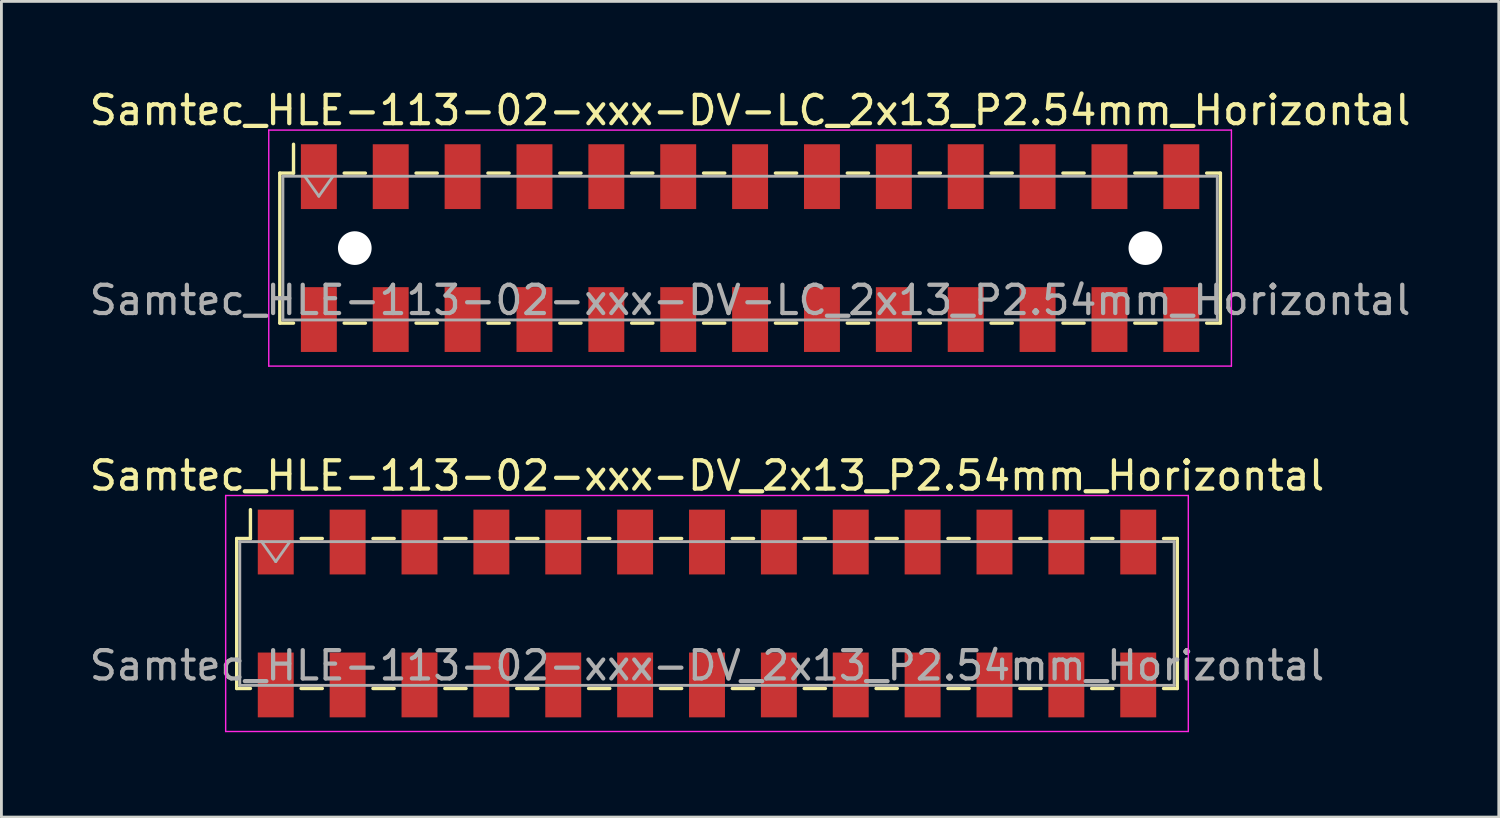
<source format=kicad_pcb>
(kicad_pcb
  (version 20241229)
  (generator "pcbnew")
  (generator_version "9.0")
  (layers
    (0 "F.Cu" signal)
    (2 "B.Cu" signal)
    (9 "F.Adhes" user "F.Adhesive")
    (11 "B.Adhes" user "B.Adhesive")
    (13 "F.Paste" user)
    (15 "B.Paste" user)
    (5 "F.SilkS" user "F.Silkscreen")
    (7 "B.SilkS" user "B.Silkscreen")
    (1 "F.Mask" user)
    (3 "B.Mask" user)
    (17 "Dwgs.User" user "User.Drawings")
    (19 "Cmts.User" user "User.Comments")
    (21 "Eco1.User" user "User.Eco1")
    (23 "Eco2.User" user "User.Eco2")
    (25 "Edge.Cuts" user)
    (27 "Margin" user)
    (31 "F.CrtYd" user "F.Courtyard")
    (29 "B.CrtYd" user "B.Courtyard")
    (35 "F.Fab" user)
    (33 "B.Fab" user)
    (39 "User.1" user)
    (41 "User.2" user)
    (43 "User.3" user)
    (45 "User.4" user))
  (footprint "Samtec_HLE-113-02-xxx-DV-LC_2x13_P2.54mm_Horizontal"
    (layer "F.Cu")
    (at 23.458 5.718)
    (property "Reference" "Samtec_HLE-113-02-xxx-DV-LC_2x13_P2.54mm_Horizontal" (at 0 -4.87 0) (layer "F.SilkS") (effects (font (size 1 1) (thickness 0.15))))
    (attr smd)
    (fp_line (start -16.62 -2.65) (end -16.62 2.65) (stroke (width 0.12) (type solid)) (layer "F.SilkS"))
    (fp_line (start -16.62 2.65) (end -16.135 2.65) (stroke (width 0.12) (type solid)) (layer "F.SilkS"))
    (fp_line (start -16.135 -3.67) (end -16.135 -2.65) (stroke (width 0.12) (type solid)) (layer "F.SilkS"))
    (fp_line (start -16.135 -2.65) (end -16.62 -2.65) (stroke (width 0.12) (type solid)) (layer "F.SilkS"))
    (fp_line (start -14.345 -2.65) (end -13.595 -2.65) (stroke (width 0.12) (type solid)) (layer "F.SilkS"))
    (fp_line (start -14.345 2.65) (end -13.595 2.65) (stroke (width 0.12) (type solid)) (layer "F.SilkS"))
    (fp_line (start -11.805 -2.65) (end -11.055 -2.65) (stroke (width 0.12) (type solid)) (layer "F.SilkS"))
    (fp_line (start -11.805 2.65) (end -11.055 2.65) (stroke (width 0.12) (type solid)) (layer "F.SilkS"))
    (fp_line (start -9.265 -2.65) (end -8.515 -2.65) (stroke (width 0.12) (type solid)) (layer "F.SilkS"))
    (fp_line (start -9.265 2.65) (end -8.515 2.65) (stroke (width 0.12) (type solid)) (layer "F.SilkS"))
    (fp_line (start -6.725 -2.65) (end -5.975 -2.65) (stroke (width 0.12) (type solid)) (layer "F.SilkS"))
    (fp_line (start -6.725 2.65) (end -5.975 2.65) (stroke (width 0.12) (type solid)) (layer "F.SilkS"))
    (fp_line (start -4.185 -2.65) (end -3.435 -2.65) (stroke (width 0.12) (type solid)) (layer "F.SilkS"))
    (fp_line (start -4.185 2.65) (end -3.435 2.65) (stroke (width 0.12) (type solid)) (layer "F.SilkS"))
    (fp_line (start -1.645 -2.65) (end -0.895 -2.65) (stroke (width 0.12) (type solid)) (layer "F.SilkS"))
    (fp_line (start -1.645 2.65) (end -0.895 2.65) (stroke (width 0.12) (type solid)) (layer "F.SilkS"))
    (fp_line (start 0.895 -2.65) (end 1.645 -2.65) (stroke (width 0.12) (type solid)) (layer "F.SilkS"))
    (fp_line (start 0.895 2.65) (end 1.645 2.65) (stroke (width 0.12) (type solid)) (layer "F.SilkS"))
    (fp_line (start 3.435 -2.65) (end 4.185 -2.65) (stroke (width 0.12) (type solid)) (layer "F.SilkS"))
    (fp_line (start 3.435 2.65) (end 4.185 2.65) (stroke (width 0.12) (type solid)) (layer "F.SilkS"))
    (fp_line (start 5.975 -2.65) (end 6.725 -2.65) (stroke (width 0.12) (type solid)) (layer "F.SilkS"))
    (fp_line (start 5.975 2.65) (end 6.725 2.65) (stroke (width 0.12) (type solid)) (layer "F.SilkS"))
    (fp_line (start 8.515 -2.65) (end 9.265 -2.65) (stroke (width 0.12) (type solid)) (layer "F.SilkS"))
    (fp_line (start 8.515 2.65) (end 9.265 2.65) (stroke (width 0.12) (type solid)) (layer "F.SilkS"))
    (fp_line (start 11.055 -2.65) (end 11.805 -2.65) (stroke (width 0.12) (type solid)) (layer "F.SilkS"))
    (fp_line (start 11.055 2.65) (end 11.805 2.65) (stroke (width 0.12) (type solid)) (layer "F.SilkS"))
    (fp_line (start 13.595 -2.65) (end 14.345 -2.65) (stroke (width 0.12) (type solid)) (layer "F.SilkS"))
    (fp_line (start 13.595 2.65) (end 14.345 2.65) (stroke (width 0.12) (type solid)) (layer "F.SilkS"))
    (fp_line (start 16.135 -2.65) (end 16.62 -2.65) (stroke (width 0.12) (type solid)) (layer "F.SilkS"))
    (fp_line (start 16.62 -2.65) (end 16.62 2.65) (stroke (width 0.12) (type solid)) (layer "F.SilkS"))
    (fp_line (start 16.62 2.65) (end 16.135 2.65) (stroke (width 0.12) (type solid)) (layer "F.SilkS"))
    (fp_line (start -17.01 -4.17) (end 17.01 -4.17) (stroke (width 0.05) (type solid)) (layer "F.CrtYd"))
    (fp_line (start -17.01 4.17) (end -17.01 -4.17) (stroke (width 0.05) (type solid)) (layer "F.CrtYd"))
    (fp_line (start 17.01 -4.17) (end 17.01 4.17) (stroke (width 0.05) (type solid)) (layer "F.CrtYd"))
    (fp_line (start 17.01 4.17) (end -17.01 4.17) (stroke (width 0.05) (type solid)) (layer "F.CrtYd"))
    (fp_line (start -16.51 -2.54) (end 16.51 -2.54) (stroke (width 0.1) (type solid)) (layer "F.Fab"))
    (fp_line (start -16.51 2.54) (end -16.51 -2.54) (stroke (width 0.1) (type solid)) (layer "F.Fab"))
    (fp_line (start -15.74 -2.54) (end -15.24 -1.833) (stroke (width 0.1) (type solid)) (layer "F.Fab"))
    (fp_line (start -15.24 -1.833) (end -14.74 -2.54) (stroke (width 0.1) (type solid)) (layer "F.Fab"))
    (fp_line (start 16.51 -2.54) (end 16.51 2.54) (stroke (width 0.1) (type solid)) (layer "F.Fab"))
    (fp_line (start 16.51 2.54) (end -16.51 2.54) (stroke (width 0.1) (type solid)) (layer "F.Fab"))
    (fp_text user "${REFERENCE}" (at 0 1.84 0) (layer "F.Fab") (effects (font (size 1 1) (thickness 0.15))))
    (pad "" np_thru_hole circle (at -13.97 0) (size 1.19 1.19) (drill 1.19) (layers "*.Cu" "*.Mask"))
    (pad "" np_thru_hole circle (at 13.97 0) (size 1.19 1.19) (drill 1.19) (layers "*.Cu" "*.Mask"))
    (pad "1" smd rect (at -15.24 -2.525) (size 1.27 2.29) (layers "F.Cu" "F.Mask" "F.Paste"))
    (pad "2" smd rect (at -15.24 2.525) (size 1.27 2.29) (layers "F.Cu" "F.Mask" "F.Paste"))
    (pad "3" smd rect (at -12.7 -2.525) (size 1.27 2.29) (layers "F.Cu" "F.Mask" "F.Paste"))
    (pad "4" smd rect (at -12.7 2.525) (size 1.27 2.29) (layers "F.Cu" "F.Mask" "F.Paste"))
    (pad "5" smd rect (at -10.16 -2.525) (size 1.27 2.29) (layers "F.Cu" "F.Mask" "F.Paste"))
    (pad "6" smd rect (at -10.16 2.525) (size 1.27 2.29) (layers "F.Cu" "F.Mask" "F.Paste"))
    (pad "7" smd rect (at -7.62 -2.525) (size 1.27 2.29) (layers "F.Cu" "F.Mask" "F.Paste"))
    (pad "8" smd rect (at -7.62 2.525) (size 1.27 2.29) (layers "F.Cu" "F.Mask" "F.Paste"))
    (pad "9" smd rect (at -5.08 -2.525) (size 1.27 2.29) (layers "F.Cu" "F.Mask" "F.Paste"))
    (pad "10" smd rect (at -5.08 2.525) (size 1.27 2.29) (layers "F.Cu" "F.Mask" "F.Paste"))
    (pad "11" smd rect (at -2.54 -2.525) (size 1.27 2.29) (layers "F.Cu" "F.Mask" "F.Paste"))
    (pad "12" smd rect (at -2.54 2.525) (size 1.27 2.29) (layers "F.Cu" "F.Mask" "F.Paste"))
    (pad "13" smd rect (at 0 -2.525) (size 1.27 2.29) (layers "F.Cu" "F.Mask" "F.Paste"))
    (pad "14" smd rect (at 0 2.525) (size 1.27 2.29) (layers "F.Cu" "F.Mask" "F.Paste"))
    (pad "15" smd rect (at 2.54 -2.525) (size 1.27 2.29) (layers "F.Cu" "F.Mask" "F.Paste"))
    (pad "16" smd rect (at 2.54 2.525) (size 1.27 2.29) (layers "F.Cu" "F.Mask" "F.Paste"))
    (pad "17" smd rect (at 5.08 -2.525) (size 1.27 2.29) (layers "F.Cu" "F.Mask" "F.Paste"))
    (pad "18" smd rect (at 5.08 2.525) (size 1.27 2.29) (layers "F.Cu" "F.Mask" "F.Paste"))
    (pad "19" smd rect (at 7.62 -2.525) (size 1.27 2.29) (layers "F.Cu" "F.Mask" "F.Paste"))
    (pad "20" smd rect (at 7.62 2.525) (size 1.27 2.29) (layers "F.Cu" "F.Mask" "F.Paste"))
    (pad "21" smd rect (at 10.16 -2.525) (size 1.27 2.29) (layers "F.Cu" "F.Mask" "F.Paste"))
    (pad "22" smd rect (at 10.16 2.525) (size 1.27 2.29) (layers "F.Cu" "F.Mask" "F.Paste"))
    (pad "23" smd rect (at 12.7 -2.525) (size 1.27 2.29) (layers "F.Cu" "F.Mask" "F.Paste"))
    (pad "24" smd rect (at 12.7 2.525) (size 1.27 2.29) (layers "F.Cu" "F.Mask" "F.Paste"))
    (pad "25" smd rect (at 15.24 -2.525) (size 1.27 2.29) (layers "F.Cu" "F.Mask" "F.Paste"))
    (pad "26" smd rect (at 15.24 2.525) (size 1.27 2.29) (layers "F.Cu" "F.Mask" "F.Paste")))
  (footprint "Samtec_HLE-113-02-xxx-DV_2x13_P2.54mm_Horizontal"
    (layer "F.Cu")
    (at 21.935 18.631)
    (property "Reference" "Samtec_HLE-113-02-xxx-DV_2x13_P2.54mm_Horizontal" (at 0 -4.87 0) (layer "F.SilkS") (effects (font (size 1 1) (thickness 0.15))))
    (attr smd)
    (fp_line (start -16.62 -2.65) (end -16.62 2.65) (stroke (width 0.12) (type solid)) (layer "F.SilkS"))
    (fp_line (start -16.62 2.65) (end -16.135 2.65) (stroke (width 0.12) (type solid)) (layer "F.SilkS"))
    (fp_line (start -16.135 -3.67) (end -16.135 -2.65) (stroke (width 0.12) (type solid)) (layer "F.SilkS"))
    (fp_line (start -16.135 -2.65) (end -16.62 -2.65) (stroke (width 0.12) (type solid)) (layer "F.SilkS"))
    (fp_line (start -14.345 -2.65) (end -13.595 -2.65) (stroke (width 0.12) (type solid)) (layer "F.SilkS"))
    (fp_line (start -14.345 2.65) (end -13.595 2.65) (stroke (width 0.12) (type solid)) (layer "F.SilkS"))
    (fp_line (start -11.805 -2.65) (end -11.055 -2.65) (stroke (width 0.12) (type solid)) (layer "F.SilkS"))
    (fp_line (start -11.805 2.65) (end -11.055 2.65) (stroke (width 0.12) (type solid)) (layer "F.SilkS"))
    (fp_line (start -9.265 -2.65) (end -8.515 -2.65) (stroke (width 0.12) (type solid)) (layer "F.SilkS"))
    (fp_line (start -9.265 2.65) (end -8.515 2.65) (stroke (width 0.12) (type solid)) (layer "F.SilkS"))
    (fp_line (start -6.725 -2.65) (end -5.975 -2.65) (stroke (width 0.12) (type solid)) (layer "F.SilkS"))
    (fp_line (start -6.725 2.65) (end -5.975 2.65) (stroke (width 0.12) (type solid)) (layer "F.SilkS"))
    (fp_line (start -4.185 -2.65) (end -3.435 -2.65) (stroke (width 0.12) (type solid)) (layer "F.SilkS"))
    (fp_line (start -4.185 2.65) (end -3.435 2.65) (stroke (width 0.12) (type solid)) (layer "F.SilkS"))
    (fp_line (start -1.645 -2.65) (end -0.895 -2.65) (stroke (width 0.12) (type solid)) (layer "F.SilkS"))
    (fp_line (start -1.645 2.65) (end -0.895 2.65) (stroke (width 0.12) (type solid)) (layer "F.SilkS"))
    (fp_line (start 0.895 -2.65) (end 1.645 -2.65) (stroke (width 0.12) (type solid)) (layer "F.SilkS"))
    (fp_line (start 0.895 2.65) (end 1.645 2.65) (stroke (width 0.12) (type solid)) (layer "F.SilkS"))
    (fp_line (start 3.435 -2.65) (end 4.185 -2.65) (stroke (width 0.12) (type solid)) (layer "F.SilkS"))
    (fp_line (start 3.435 2.65) (end 4.185 2.65) (stroke (width 0.12) (type solid)) (layer "F.SilkS"))
    (fp_line (start 5.975 -2.65) (end 6.725 -2.65) (stroke (width 0.12) (type solid)) (layer "F.SilkS"))
    (fp_line (start 5.975 2.65) (end 6.725 2.65) (stroke (width 0.12) (type solid)) (layer "F.SilkS"))
    (fp_line (start 8.515 -2.65) (end 9.265 -2.65) (stroke (width 0.12) (type solid)) (layer "F.SilkS"))
    (fp_line (start 8.515 2.65) (end 9.265 2.65) (stroke (width 0.12) (type solid)) (layer "F.SilkS"))
    (fp_line (start 11.055 -2.65) (end 11.805 -2.65) (stroke (width 0.12) (type solid)) (layer "F.SilkS"))
    (fp_line (start 11.055 2.65) (end 11.805 2.65) (stroke (width 0.12) (type solid)) (layer "F.SilkS"))
    (fp_line (start 13.595 -2.65) (end 14.345 -2.65) (stroke (width 0.12) (type solid)) (layer "F.SilkS"))
    (fp_line (start 13.595 2.65) (end 14.345 2.65) (stroke (width 0.12) (type solid)) (layer "F.SilkS"))
    (fp_line (start 16.135 -2.65) (end 16.62 -2.65) (stroke (width 0.12) (type solid)) (layer "F.SilkS"))
    (fp_line (start 16.62 -2.65) (end 16.62 2.65) (stroke (width 0.12) (type solid)) (layer "F.SilkS"))
    (fp_line (start 16.62 2.65) (end 16.135 2.65) (stroke (width 0.12) (type solid)) (layer "F.SilkS"))
    (fp_line (start -17.01 -4.17) (end 17.01 -4.17) (stroke (width 0.05) (type solid)) (layer "F.CrtYd"))
    (fp_line (start -17.01 4.17) (end -17.01 -4.17) (stroke (width 0.05) (type solid)) (layer "F.CrtYd"))
    (fp_line (start 17.01 -4.17) (end 17.01 4.17) (stroke (width 0.05) (type solid)) (layer "F.CrtYd"))
    (fp_line (start 17.01 4.17) (end -17.01 4.17) (stroke (width 0.05) (type solid)) (layer "F.CrtYd"))
    (fp_line (start -16.51 -2.54) (end 16.51 -2.54) (stroke (width 0.1) (type solid)) (layer "F.Fab"))
    (fp_line (start -16.51 2.54) (end -16.51 -2.54) (stroke (width 0.1) (type solid)) (layer "F.Fab"))
    (fp_line (start -15.74 -2.54) (end -15.24 -1.833) (stroke (width 0.1) (type solid)) (layer "F.Fab"))
    (fp_line (start -15.24 -1.833) (end -14.74 -2.54) (stroke (width 0.1) (type solid)) (layer "F.Fab"))
    (fp_line (start 16.51 -2.54) (end 16.51 2.54) (stroke (width 0.1) (type solid)) (layer "F.Fab"))
    (fp_line (start 16.51 2.54) (end -16.51 2.54) (stroke (width 0.1) (type solid)) (layer "F.Fab"))
    (fp_text user "${REFERENCE}" (at 0 1.84 0) (layer "F.Fab") (effects (font (size 1 1) (thickness 0.15))))
    (pad "1" smd rect (at -15.24 -2.525) (size 1.27 2.29) (layers "F.Cu" "F.Mask" "F.Paste"))
    (pad "2" smd rect (at -15.24 2.525) (size 1.27 2.29) (layers "F.Cu" "F.Mask" "F.Paste"))
    (pad "3" smd rect (at -12.7 -2.525) (size 1.27 2.29) (layers "F.Cu" "F.Mask" "F.Paste"))
    (pad "4" smd rect (at -12.7 2.525) (size 1.27 2.29) (layers "F.Cu" "F.Mask" "F.Paste"))
    (pad "5" smd rect (at -10.16 -2.525) (size 1.27 2.29) (layers "F.Cu" "F.Mask" "F.Paste"))
    (pad "6" smd rect (at -10.16 2.525) (size 1.27 2.29) (layers "F.Cu" "F.Mask" "F.Paste"))
    (pad "7" smd rect (at -7.62 -2.525) (size 1.27 2.29) (layers "F.Cu" "F.Mask" "F.Paste"))
    (pad "8" smd rect (at -7.62 2.525) (size 1.27 2.29) (layers "F.Cu" "F.Mask" "F.Paste"))
    (pad "9" smd rect (at -5.08 -2.525) (size 1.27 2.29) (layers "F.Cu" "F.Mask" "F.Paste"))
    (pad "10" smd rect (at -5.08 2.525) (size 1.27 2.29) (layers "F.Cu" "F.Mask" "F.Paste"))
    (pad "11" smd rect (at -2.54 -2.525) (size 1.27 2.29) (layers "F.Cu" "F.Mask" "F.Paste"))
    (pad "12" smd rect (at -2.54 2.525) (size 1.27 2.29) (layers "F.Cu" "F.Mask" "F.Paste"))
    (pad "13" smd rect (at 0 -2.525) (size 1.27 2.29) (layers "F.Cu" "F.Mask" "F.Paste"))
    (pad "14" smd rect (at 0 2.525) (size 1.27 2.29) (layers "F.Cu" "F.Mask" "F.Paste"))
    (pad "15" smd rect (at 2.54 -2.525) (size 1.27 2.29) (layers "F.Cu" "F.Mask" "F.Paste"))
    (pad "16" smd rect (at 2.54 2.525) (size 1.27 2.29) (layers "F.Cu" "F.Mask" "F.Paste"))
    (pad "17" smd rect (at 5.08 -2.525) (size 1.27 2.29) (layers "F.Cu" "F.Mask" "F.Paste"))
    (pad "18" smd rect (at 5.08 2.525) (size 1.27 2.29) (layers "F.Cu" "F.Mask" "F.Paste"))
    (pad "19" smd rect (at 7.62 -2.525) (size 1.27 2.29) (layers "F.Cu" "F.Mask" "F.Paste"))
    (pad "20" smd rect (at 7.62 2.525) (size 1.27 2.29) (layers "F.Cu" "F.Mask" "F.Paste"))
    (pad "21" smd rect (at 10.16 -2.525) (size 1.27 2.29) (layers "F.Cu" "F.Mask" "F.Paste"))
    (pad "22" smd rect (at 10.16 2.525) (size 1.27 2.29) (layers "F.Cu" "F.Mask" "F.Paste"))
    (pad "23" smd rect (at 12.7 -2.525) (size 1.27 2.29) (layers "F.Cu" "F.Mask" "F.Paste"))
    (pad "24" smd rect (at 12.7 2.525) (size 1.27 2.29) (layers "F.Cu" "F.Mask" "F.Paste"))
    (pad "25" smd rect (at 15.24 -2.525) (size 1.27 2.29) (layers "F.Cu" "F.Mask" "F.Paste"))
    (pad "26" smd rect (at 15.24 2.525) (size 1.27 2.29) (layers "F.Cu" "F.Mask" "F.Paste")))
  (gr_rect
    (start -3 -3)
    (end 49.917 25.826)
    (stroke (width 0.1) (type default))
    (fill no)
    (layer "Edge.Cuts")))
</source>
